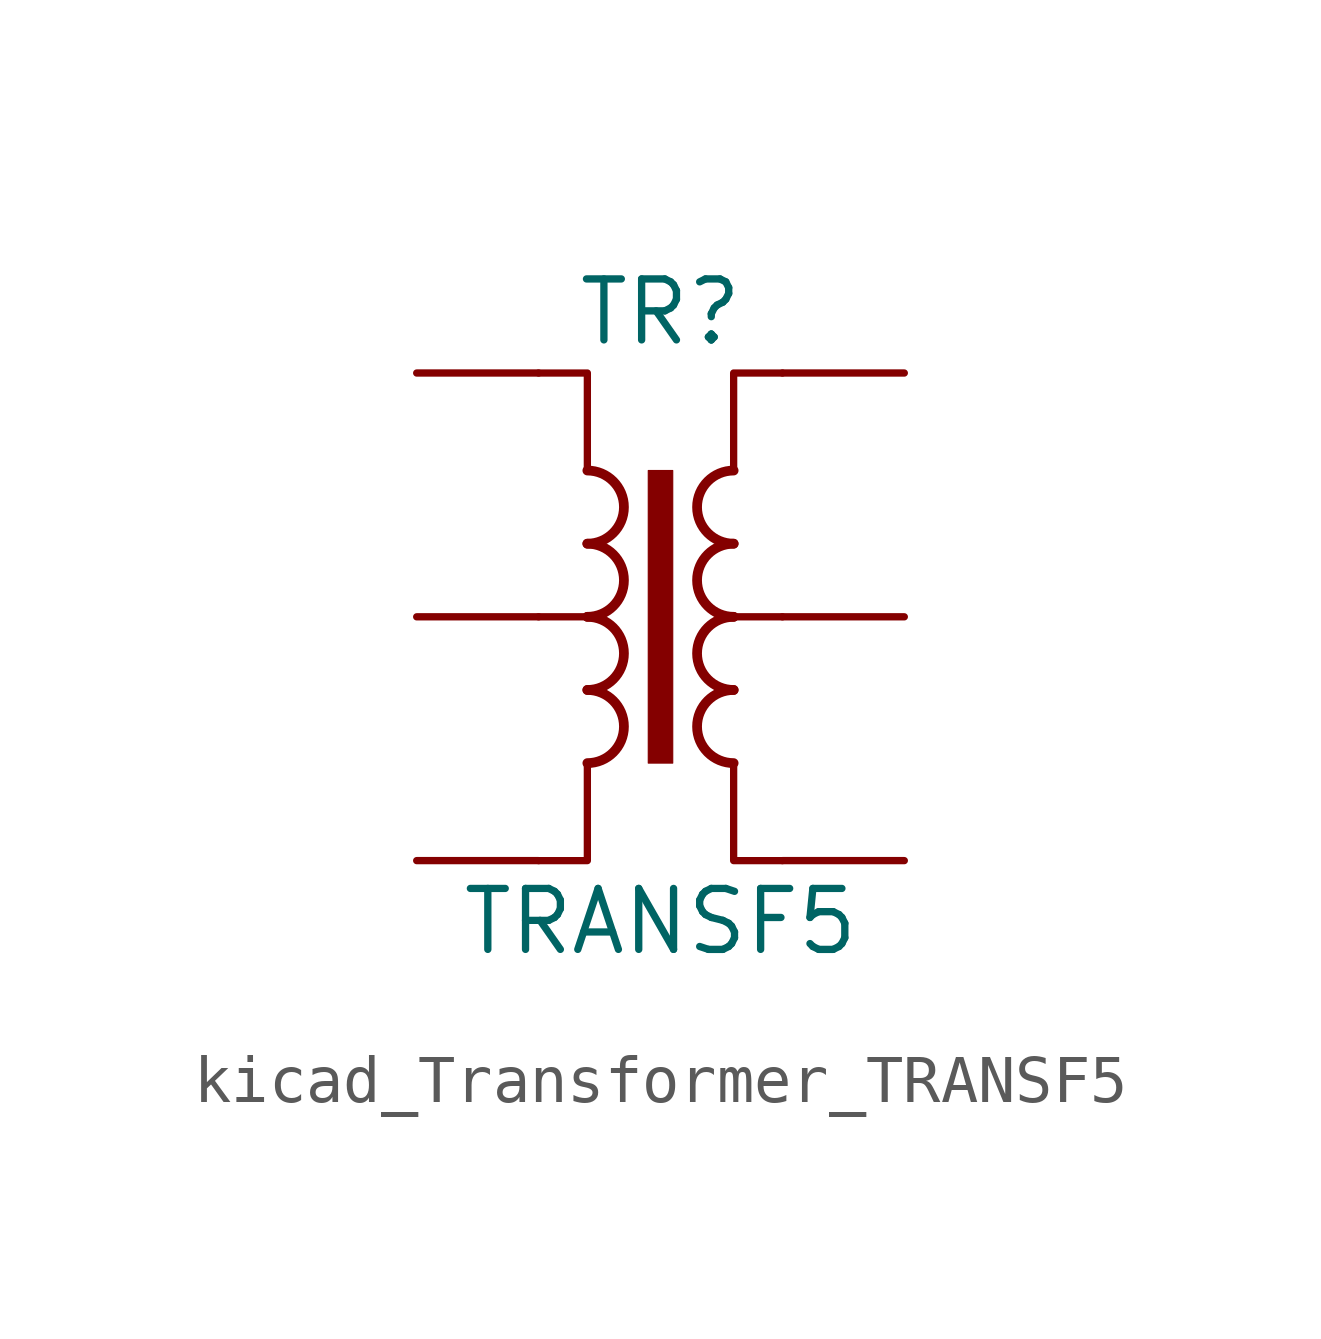
<source format=kicad_sym>
(kicad_symbol_lib
  (version 20220914)
  (generator kicad_symbol_editor)
  (symbol "kicad_Transformer_TRANSF5"
    (pin_numbers hide)
    (pin_names
      (offset 0))
    (property "Reference" "TR"
      (at 0 6.35 0)
      (effects (font (size 1.27 1.27))))
    (property "Value" "TRANSF5"
      (at 0 -6.35 0)
      (effects (font (size 1.27 1.27))))
    (symbol "kicad_Transformer_TRANSF5_0_1"
      (arc (start -1.524 -3.048) (mid -0.7653 -2.286) (end -1.524 -1.524) (stroke (width 0.2032) (type default)) (fill (type none)))
      (arc (start -1.524 -1.524) (mid -0.7653 -0.762) (end -1.524 0) (stroke (width 0.2032) (type default)) (fill (type none)))
      (arc (start -1.524 0) (mid -0.7653 0.762) (end -1.524 1.524) (stroke (width 0.2032) (type default)) (fill (type none)))
      (arc (start -1.524 1.524) (mid -0.7653 2.286) (end -1.524 3.048) (stroke (width 0.2032) (type default)) (fill (type none)))
      (rectangle (start -0.254 3.048) (end 0.254 -3.048) (stroke (width 0.025) (type default)) (fill (type outline)))
      (polyline (pts (xy -1.524 0) (xy -2.54 0) (xy -2.54 0)) (stroke (width 0) (type default)) (fill (type outline)))
      (polyline (pts (xy 1.524 0) (xy 2.54 0) (xy 2.54 0)) (stroke (width 0) (type default)) (fill (type outline)))
      (polyline (pts (xy -2.54 5.08) (xy -1.524 5.08) (xy -1.524 3.048) (xy -1.524 3.048)) (stroke (width 0.152) (type default)) (fill (type none)))
      (polyline (pts (xy -1.524 -3.048) (xy -1.524 -5.08) (xy -2.54 -5.08) (xy -2.54 -5.08)) (stroke (width 0.152) (type default)) (fill (type none)))
      (polyline (pts (xy 1.524 3.048) (xy 1.524 5.08) (xy 2.54 5.08) (xy 2.54 5.08)) (stroke (width 0.152) (type default)) (fill (type none)))
      (polyline (pts (xy 2.54 -5.08) (xy 1.524 -5.08) (xy 1.524 -3.048) (xy 1.524 -3.048)) (stroke (width 0.152) (type default)) (fill (type none)))
      (arc (start 1.524 -1.524) (mid 0.7653 -2.286) (end 1.524 -3.048) (stroke (width 0.2032) (type default)) (fill (type none)))
      (arc (start 1.524 0) (mid 0.7653 -0.762) (end 1.524 -1.524) (stroke (width 0.2032) (type default)) (fill (type none)))
      (arc (start 1.524 1.524) (mid 0.7653 0.762) (end 1.524 0) (stroke (width 0.2032) (type default)) (fill (type none)))
      (arc (start 1.524 3.048) (mid 0.7653 2.286) (end 1.524 1.524) (stroke (width 0.2032) (type default)) (fill (type none))))
    (symbol "kicad_Transformer_TRANSF5_1_1"
      (pin passive line (at -5.08 5.08 0) (length 2.54) (name "~" (effects (font (size 1.27 1.27)))) (number "1" (effects (font (size 1.27 1.27)))))
      (pin passive line (at -5.08 0 0) (length 2.54) (name "~" (effects (font (size 1.27 1.27)))) (number "2" (effects (font (size 1.27 1.27)))))
      (pin passive line (at -5.08 -5.08 0) (length 2.54) (name "~" (effects (font (size 1.27 1.27)))) (number "3" (effects (font (size 1.27 1.27)))))
      (pin passive line (at 5.08 -5.08 180) (length 2.54) (name "~" (effects (font (size 1.27 1.27)))) (number "4" (effects (font (size 1.27 1.27)))))
      (pin passive line (at 5.08 0 180) (length 2.54) (name "~" (effects (font (size 1.27 1.27)))) (number "5" (effects (font (size 1.27 1.27)))))
      (pin passive line (at 5.08 5.08 180) (length 2.54) (name "~" (effects (font (size 1.27 1.27)))) (number "6" (effects (font (size 1.27 1.27))))))))
</source>
